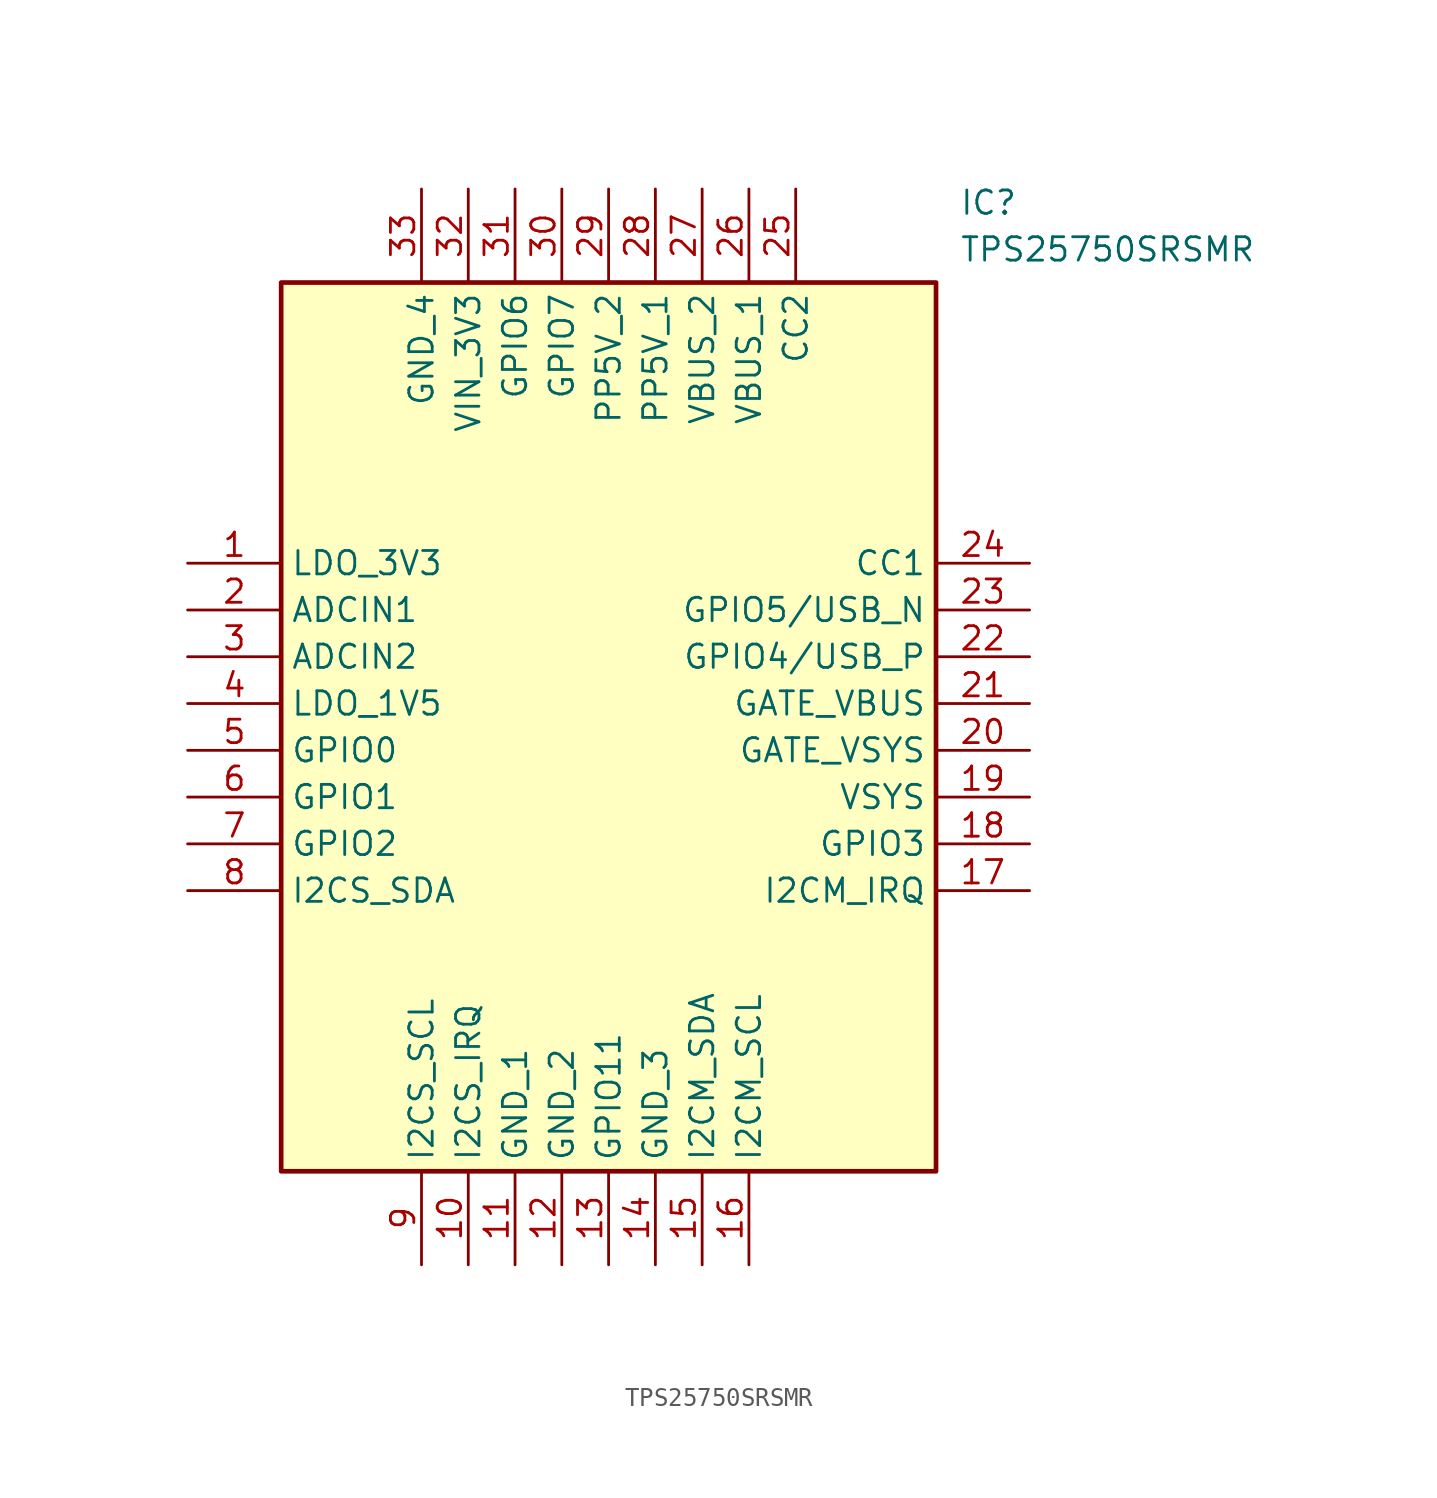
<source format=kicad_sym>
(kicad_symbol_lib
  (version 20211014)
  (generator SamacSys_ECAD_Model)
  (symbol "TPS25750SRSMR"
    (property "Reference" "IC"
      (at 41.91 20.32 0)
      (effects (font (size 1.27 1.27)) (justify left top)))
    (property "Value" "TPS25750SRSMR"
      (at 41.91 17.78 0)
      (effects (font (size 1.27 1.27)) (justify left top)))
    (rectangle
      (start 5.08 15.24)
      (end 40.64 -33.02)
      (stroke (width 0.254) (type default))
      (fill (type background)))
    (pin passive line
      (at 0 0 0)
      (length 5.08)
      (name "LDO_3V3" (effects (font (size 1.27 1.27))))
      (number "1" (effects (font (size 1.27 1.27)))))
    (pin passive line
      (at 0 -2.54 0)
      (length 5.08)
      (name "ADCIN1" (effects (font (size 1.27 1.27))))
      (number "2" (effects (font (size 1.27 1.27)))))
    (pin passive line
      (at 0 -5.08 0)
      (length 5.08)
      (name "ADCIN2" (effects (font (size 1.27 1.27))))
      (number "3" (effects (font (size 1.27 1.27)))))
    (pin passive line
      (at 0 -7.62 0)
      (length 5.08)
      (name "LDO_1V5" (effects (font (size 1.27 1.27))))
      (number "4" (effects (font (size 1.27 1.27)))))
    (pin passive line
      (at 0 -10.16 0)
      (length 5.08)
      (name "GPIO0" (effects (font (size 1.27 1.27))))
      (number "5" (effects (font (size 1.27 1.27)))))
    (pin passive line
      (at 0 -12.7 0)
      (length 5.08)
      (name "GPIO1" (effects (font (size 1.27 1.27))))
      (number "6" (effects (font (size 1.27 1.27)))))
    (pin passive line
      (at 0 -15.24 0)
      (length 5.08)
      (name "GPIO2" (effects (font (size 1.27 1.27))))
      (number "7" (effects (font (size 1.27 1.27)))))
    (pin passive line
      (at 0 -17.78 0)
      (length 5.08)
      (name "I2CS_SDA" (effects (font (size 1.27 1.27))))
      (number "8" (effects (font (size 1.27 1.27)))))
    (pin passive line
      (at 12.7 -38.1 90)
      (length 5.08)
      (name "I2CS_SCL" (effects (font (size 1.27 1.27))))
      (number "9" (effects (font (size 1.27 1.27)))))
    (pin passive line
      (at 15.24 -38.1 90)
      (length 5.08)
      (name "I2CS_IRQ" (effects (font (size 1.27 1.27))))
      (number "10" (effects (font (size 1.27 1.27)))))
    (pin passive line
      (at 17.78 -38.1 90)
      (length 5.08)
      (name "GND_1" (effects (font (size 1.27 1.27))))
      (number "11" (effects (font (size 1.27 1.27)))))
    (pin passive line
      (at 20.32 -38.1 90)
      (length 5.08)
      (name "GND_2" (effects (font (size 1.27 1.27))))
      (number "12" (effects (font (size 1.27 1.27)))))
    (pin passive line
      (at 22.86 -38.1 90)
      (length 5.08)
      (name "GPIO11" (effects (font (size 1.27 1.27))))
      (number "13" (effects (font (size 1.27 1.27)))))
    (pin passive line
      (at 25.4 -38.1 90)
      (length 5.08)
      (name "GND_3" (effects (font (size 1.27 1.27))))
      (number "14" (effects (font (size 1.27 1.27)))))
    (pin passive line
      (at 27.94 -38.1 90)
      (length 5.08)
      (name "I2CM_SDA" (effects (font (size 1.27 1.27))))
      (number "15" (effects (font (size 1.27 1.27)))))
    (pin passive line
      (at 30.48 -38.1 90)
      (length 5.08)
      (name "I2CM_SCL" (effects (font (size 1.27 1.27))))
      (number "16" (effects (font (size 1.27 1.27)))))
    (pin passive line
      (at 45.72 0 180)
      (length 5.08)
      (name "CC1" (effects (font (size 1.27 1.27))))
      (number "24" (effects (font (size 1.27 1.27)))))
    (pin passive line
      (at 45.72 -2.54 180)
      (length 5.08)
      (name "GPIO5/USB_N" (effects (font (size 1.27 1.27))))
      (number "23" (effects (font (size 1.27 1.27)))))
    (pin passive line
      (at 45.72 -5.08 180)
      (length 5.08)
      (name "GPIO4/USB_P" (effects (font (size 1.27 1.27))))
      (number "22" (effects (font (size 1.27 1.27)))))
    (pin passive line
      (at 45.72 -7.62 180)
      (length 5.08)
      (name "GATE_VBUS" (effects (font (size 1.27 1.27))))
      (number "21" (effects (font (size 1.27 1.27)))))
    (pin passive line
      (at 45.72 -10.16 180)
      (length 5.08)
      (name "GATE_VSYS" (effects (font (size 1.27 1.27))))
      (number "20" (effects (font (size 1.27 1.27)))))
    (pin passive line
      (at 45.72 -12.7 180)
      (length 5.08)
      (name "VSYS" (effects (font (size 1.27 1.27))))
      (number "19" (effects (font (size 1.27 1.27)))))
    (pin passive line
      (at 45.72 -15.24 180)
      (length 5.08)
      (name "GPIO3" (effects (font (size 1.27 1.27))))
      (number "18" (effects (font (size 1.27 1.27)))))
    (pin passive line
      (at 45.72 -17.78 180)
      (length 5.08)
      (name "I2CM_IRQ" (effects (font (size 1.27 1.27))))
      (number "17" (effects (font (size 1.27 1.27)))))
    (pin passive line
      (at 12.7 20.32 270)
      (length 5.08)
      (name "GND_4" (effects (font (size 1.27 1.27))))
      (number "33" (effects (font (size 1.27 1.27)))))
    (pin passive line
      (at 15.24 20.32 270)
      (length 5.08)
      (name "VIN_3V3" (effects (font (size 1.27 1.27))))
      (number "32" (effects (font (size 1.27 1.27)))))
    (pin passive line
      (at 17.78 20.32 270)
      (length 5.08)
      (name "GPIO6" (effects (font (size 1.27 1.27))))
      (number "31" (effects (font (size 1.27 1.27)))))
    (pin passive line
      (at 20.32 20.32 270)
      (length 5.08)
      (name "GPIO7" (effects (font (size 1.27 1.27))))
      (number "30" (effects (font (size 1.27 1.27)))))
    (pin passive line
      (at 22.86 20.32 270)
      (length 5.08)
      (name "PP5V_2" (effects (font (size 1.27 1.27))))
      (number "29" (effects (font (size 1.27 1.27)))))
    (pin passive line
      (at 25.4 20.32 270)
      (length 5.08)
      (name "PP5V_1" (effects (font (size 1.27 1.27))))
      (number "28" (effects (font (size 1.27 1.27)))))
    (pin passive line
      (at 27.94 20.32 270)
      (length 5.08)
      (name "VBUS_2" (effects (font (size 1.27 1.27))))
      (number "27" (effects (font (size 1.27 1.27)))))
    (pin passive line
      (at 30.48 20.32 270)
      (length 5.08)
      (name "VBUS_1" (effects (font (size 1.27 1.27))))
      (number "26" (effects (font (size 1.27 1.27)))))
    (pin passive line
      (at 33.02 20.32 270)
      (length 5.08)
      (name "CC2" (effects (font (size 1.27 1.27))))
      (number "25" (effects (font (size 1.27 1.27)))))))
</source>
